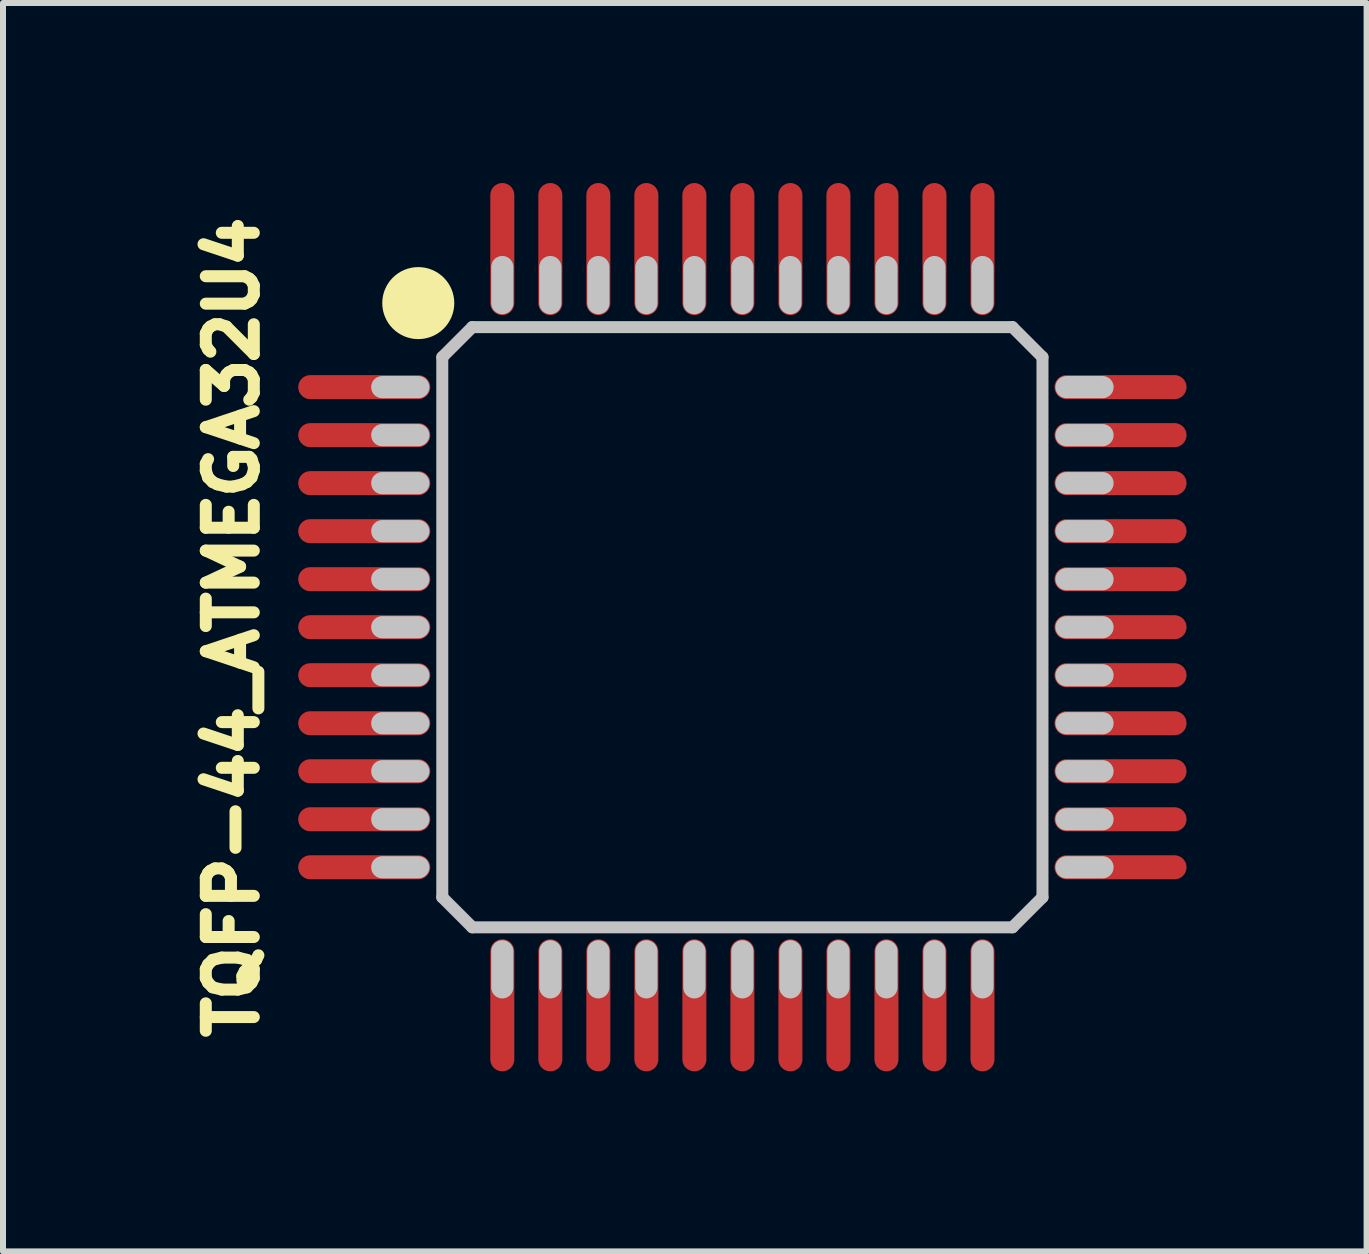
<source format=kicad_pcb>
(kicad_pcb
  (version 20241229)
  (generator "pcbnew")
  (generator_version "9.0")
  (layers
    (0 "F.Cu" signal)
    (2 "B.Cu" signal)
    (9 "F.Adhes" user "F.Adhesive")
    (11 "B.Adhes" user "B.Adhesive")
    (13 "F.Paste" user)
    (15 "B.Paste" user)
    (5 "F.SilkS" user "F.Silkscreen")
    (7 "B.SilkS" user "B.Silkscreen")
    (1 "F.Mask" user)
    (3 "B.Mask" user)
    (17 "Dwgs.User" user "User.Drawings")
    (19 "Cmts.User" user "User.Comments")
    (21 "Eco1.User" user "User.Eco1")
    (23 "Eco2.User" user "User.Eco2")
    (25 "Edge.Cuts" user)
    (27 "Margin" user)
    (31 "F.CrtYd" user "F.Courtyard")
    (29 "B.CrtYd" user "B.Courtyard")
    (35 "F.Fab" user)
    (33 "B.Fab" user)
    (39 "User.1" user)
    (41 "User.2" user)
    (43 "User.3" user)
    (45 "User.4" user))
  (footprint "TQFP-44_ATMEGA32U4"
    (layer "F.Cu")
    (at 9.319 7.4)
    (property "Reference" "TQFP-44_ATMEGA32U4" (at -8.5 0 90) (layer "F.SilkS") (effects (font (size 0.8 0.8) (thickness 0.2))))
    (attr smd)
    (fp_circle (center -5.4 -5.4) (end -5.4 -5.1) (stroke (width 0.6) (type solid)) (fill no) (layer "F.SilkS"))
    (fp_line (start -6 -4) (end -5.4 -4) (stroke (width 0.37) (type solid)) (layer "Dwgs.User"))
    (fp_line (start -6 -3.2) (end -5.4 -3.2) (stroke (width 0.37) (type solid)) (layer "Dwgs.User"))
    (fp_line (start -6 -2.4) (end -5.4 -2.4) (stroke (width 0.37) (type solid)) (layer "Dwgs.User"))
    (fp_line (start -6 -1.6) (end -5.4 -1.6) (stroke (width 0.37) (type solid)) (layer "Dwgs.User"))
    (fp_line (start -6 -0.8) (end -5.4 -0.8) (stroke (width 0.37) (type solid)) (layer "Dwgs.User"))
    (fp_line (start -6 0) (end -5.4 0) (stroke (width 0.37) (type solid)) (layer "Dwgs.User"))
    (fp_line (start -6 0.8) (end -5.4 0.8) (stroke (width 0.37) (type solid)) (layer "Dwgs.User"))
    (fp_line (start -6 1.6) (end -5.4 1.6) (stroke (width 0.37) (type solid)) (layer "Dwgs.User"))
    (fp_line (start -6 2.4) (end -5.4 2.4) (stroke (width 0.37) (type solid)) (layer "Dwgs.User"))
    (fp_line (start -6 3.2) (end -5.4 3.2) (stroke (width 0.37) (type solid)) (layer "Dwgs.User"))
    (fp_line (start -6 4) (end -5.4 4) (stroke (width 0.37) (type solid)) (layer "Dwgs.User"))
    (fp_line (start -5 -4.5) (end -5 4.5) (stroke (width 0.2) (type solid)) (layer "Dwgs.User"))
    (fp_line (start -5 -4.5) (end -4.5 -5) (stroke (width 0.2) (type solid)) (layer "Dwgs.User"))
    (fp_line (start -5 4.5) (end -4.5 5) (stroke (width 0.2) (type solid)) (layer "Dwgs.User"))
    (fp_line (start -4.5 -5) (end 4.5 -5) (stroke (width 0.2) (type solid)) (layer "Dwgs.User"))
    (fp_line (start -4.5 5) (end 4.5 5) (stroke (width 0.2) (type solid)) (layer "Dwgs.User"))
    (fp_line (start -4 -5.4) (end -4 -6) (stroke (width 0.37) (type solid)) (layer "Dwgs.User"))
    (fp_line (start -4 6) (end -4 5.4) (stroke (width 0.37) (type solid)) (layer "Dwgs.User"))
    (fp_line (start -3.2 -5.4) (end -3.2 -6) (stroke (width 0.37) (type solid)) (layer "Dwgs.User"))
    (fp_line (start -3.2 6) (end -3.2 5.4) (stroke (width 0.37) (type solid)) (layer "Dwgs.User"))
    (fp_line (start -2.4 -5.4) (end -2.4 -6) (stroke (width 0.37) (type solid)) (layer "Dwgs.User"))
    (fp_line (start -2.4 6) (end -2.4 5.4) (stroke (width 0.37) (type solid)) (layer "Dwgs.User"))
    (fp_line (start -1.6 -5.4) (end -1.6 -6) (stroke (width 0.37) (type solid)) (layer "Dwgs.User"))
    (fp_line (start -1.6 6) (end -1.6 5.4) (stroke (width 0.37) (type solid)) (layer "Dwgs.User"))
    (fp_line (start -0.8 -5.4) (end -0.8 -6) (stroke (width 0.37) (type solid)) (layer "Dwgs.User"))
    (fp_line (start -0.8 6) (end -0.8 5.4) (stroke (width 0.37) (type solid)) (layer "Dwgs.User"))
    (fp_line (start 0 -5.4) (end 0 -6) (stroke (width 0.37) (type solid)) (layer "Dwgs.User"))
    (fp_line (start 0 6) (end 0 5.4) (stroke (width 0.37) (type solid)) (layer "Dwgs.User"))
    (fp_line (start 0.8 -5.4) (end 0.8 -6) (stroke (width 0.37) (type solid)) (layer "Dwgs.User"))
    (fp_line (start 0.8 6) (end 0.8 5.4) (stroke (width 0.37) (type solid)) (layer "Dwgs.User"))
    (fp_line (start 1.6 -5.4) (end 1.6 -6) (stroke (width 0.37) (type solid)) (layer "Dwgs.User"))
    (fp_line (start 1.6 6) (end 1.6 5.4) (stroke (width 0.37) (type solid)) (layer "Dwgs.User"))
    (fp_line (start 2.4 -5.4) (end 2.4 -6) (stroke (width 0.37) (type solid)) (layer "Dwgs.User"))
    (fp_line (start 2.4 6) (end 2.4 5.4) (stroke (width 0.37) (type solid)) (layer "Dwgs.User"))
    (fp_line (start 3.2 -5.4) (end 3.2 -6) (stroke (width 0.37) (type solid)) (layer "Dwgs.User"))
    (fp_line (start 3.2 6) (end 3.2 5.4) (stroke (width 0.37) (type solid)) (layer "Dwgs.User"))
    (fp_line (start 4 -5.4) (end 4 -6) (stroke (width 0.37) (type solid)) (layer "Dwgs.User"))
    (fp_line (start 4 6) (end 4 5.4) (stroke (width 0.37) (type solid)) (layer "Dwgs.User"))
    (fp_line (start 5 -4.5) (end 4.5 -5) (stroke (width 0.2) (type solid)) (layer "Dwgs.User"))
    (fp_line (start 5 -4.5) (end 5 4.5) (stroke (width 0.2) (type solid)) (layer "Dwgs.User"))
    (fp_line (start 5 4.5) (end 4.5 5) (stroke (width 0.2) (type solid)) (layer "Dwgs.User"))
    (fp_line (start 5.4 -4) (end 6 -4) (stroke (width 0.37) (type solid)) (layer "Dwgs.User"))
    (fp_line (start 5.4 -3.2) (end 6 -3.2) (stroke (width 0.37) (type solid)) (layer "Dwgs.User"))
    (fp_line (start 5.4 -2.4) (end 6 -2.4) (stroke (width 0.37) (type solid)) (layer "Dwgs.User"))
    (fp_line (start 5.4 -1.6) (end 6 -1.6) (stroke (width 0.37) (type solid)) (layer "Dwgs.User"))
    (fp_line (start 5.4 -0.8) (end 6 -0.8) (stroke (width 0.37) (type solid)) (layer "Dwgs.User"))
    (fp_line (start 5.4 0) (end 6 0) (stroke (width 0.37) (type solid)) (layer "Dwgs.User"))
    (fp_line (start 5.4 0.8) (end 6 0.8) (stroke (width 0.37) (type solid)) (layer "Dwgs.User"))
    (fp_line (start 5.4 1.6) (end 6 1.6) (stroke (width 0.37) (type solid)) (layer "Dwgs.User"))
    (fp_line (start 5.4 2.4) (end 6 2.4) (stroke (width 0.37) (type solid)) (layer "Dwgs.User"))
    (fp_line (start 5.4 3.2) (end 6 3.2) (stroke (width 0.37) (type solid)) (layer "Dwgs.User"))
    (fp_line (start 5.4 4) (end 6 4) (stroke (width 0.37) (type solid)) (layer "Dwgs.User"))
    (pad "1" smd oval (at -6.3 -4) (size 2.2 0.4) (layers "F.Cu" "F.Mask" "F.Paste"))
    (pad "2" smd oval (at -6.3 -3.2) (size 2.2 0.4) (layers "F.Cu" "F.Mask" "F.Paste"))
    (pad "3" smd oval (at -6.3 -2.4) (size 2.2 0.4) (layers "F.Cu" "F.Mask" "F.Paste"))
    (pad "4" smd oval (at -6.3 -1.6) (size 2.2 0.4) (layers "F.Cu" "F.Mask" "F.Paste"))
    (pad "5" smd oval (at -6.3 -0.8) (size 2.2 0.4) (layers "F.Cu" "F.Mask" "F.Paste"))
    (pad "6" smd oval (at -6.3 0) (size 2.2 0.4) (layers "F.Cu" "F.Mask" "F.Paste"))
    (pad "7" smd oval (at -6.3 0.8) (size 2.2 0.4) (layers "F.Cu" "F.Mask" "F.Paste"))
    (pad "8" smd oval (at -6.3 1.6) (size 2.2 0.4) (layers "F.Cu" "F.Mask" "F.Paste"))
    (pad "9" smd oval (at -6.3 2.4) (size 2.2 0.4) (layers "F.Cu" "F.Mask" "F.Paste"))
    (pad "10" smd oval (at -6.3 3.2) (size 2.2 0.4) (layers "F.Cu" "F.Mask" "F.Paste"))
    (pad "11" smd oval (at -6.3 4) (size 2.2 0.4) (layers "F.Cu" "F.Mask" "F.Paste"))
    (pad "12" smd oval (at -4 6.3 90) (size 2.2 0.4) (layers "F.Cu" "F.Mask" "F.Paste"))
    (pad "13" smd oval (at -3.2 6.3 90) (size 2.2 0.4) (layers "F.Cu" "F.Mask" "F.Paste"))
    (pad "14" smd oval (at -2.4 6.3 90) (size 2.2 0.4) (layers "F.Cu" "F.Mask" "F.Paste"))
    (pad "15" smd oval (at -1.6 6.3 90) (size 2.2 0.4) (layers "F.Cu" "F.Mask" "F.Paste"))
    (pad "16" smd oval (at -0.8 6.3 90) (size 2.2 0.4) (layers "F.Cu" "F.Mask" "F.Paste"))
    (pad "17" smd oval (at 0 6.3 90) (size 2.2 0.4) (layers "F.Cu" "F.Mask" "F.Paste"))
    (pad "18" smd oval (at 0.8 6.3 90) (size 2.2 0.4) (layers "F.Cu" "F.Mask" "F.Paste"))
    (pad "19" smd oval (at 1.6 6.3 90) (size 2.2 0.4) (layers "F.Cu" "F.Mask" "F.Paste"))
    (pad "20" smd oval (at 2.4 6.3 90) (size 2.2 0.4) (layers "F.Cu" "F.Mask" "F.Paste"))
    (pad "21" smd oval (at 3.2 6.3 90) (size 2.2 0.4) (layers "F.Cu" "F.Mask" "F.Paste"))
    (pad "22" smd oval (at 4 6.3 90) (size 2.2 0.4) (layers "F.Cu" "F.Mask" "F.Paste"))
    (pad "23" smd oval (at 6.3 4) (size 2.2 0.4) (layers "F.Cu" "F.Mask" "F.Paste"))
    (pad "24" smd oval (at 6.3 3.2) (size 2.2 0.4) (layers "F.Cu" "F.Mask" "F.Paste"))
    (pad "25" smd oval (at 6.3 2.4) (size 2.2 0.4) (layers "F.Cu" "F.Mask" "F.Paste"))
    (pad "26" smd oval (at 6.3 1.6) (size 2.2 0.4) (layers "F.Cu" "F.Mask" "F.Paste"))
    (pad "27" smd oval (at 6.3 0.8) (size 2.2 0.4) (layers "F.Cu" "F.Mask" "F.Paste"))
    (pad "28" smd oval (at 6.3 0) (size 2.2 0.4) (layers "F.Cu" "F.Mask" "F.Paste"))
    (pad "29" smd oval (at 6.3 -0.8) (size 2.2 0.4) (layers "F.Cu" "F.Mask" "F.Paste"))
    (pad "30" smd oval (at 6.3 -1.6) (size 2.2 0.4) (layers "F.Cu" "F.Mask" "F.Paste"))
    (pad "31" smd oval (at 6.3 -2.4) (size 2.2 0.4) (layers "F.Cu" "F.Mask" "F.Paste"))
    (pad "32" smd oval (at 6.3 -3.2) (size 2.2 0.4) (layers "F.Cu" "F.Mask" "F.Paste"))
    (pad "33" smd oval (at 6.3 -4) (size 2.2 0.4) (layers "F.Cu" "F.Mask" "F.Paste"))
    (pad "34" smd oval (at 4 -6.3 90) (size 2.2 0.4) (layers "F.Cu" "F.Mask" "F.Paste"))
    (pad "35" smd oval (at 3.2 -6.3 90) (size 2.2 0.4) (layers "F.Cu" "F.Mask" "F.Paste"))
    (pad "36" smd oval (at 2.4 -6.3 90) (size 2.2 0.4) (layers "F.Cu" "F.Mask" "F.Paste"))
    (pad "37" smd oval (at 1.6 -6.3 90) (size 2.2 0.4) (layers "F.Cu" "F.Mask" "F.Paste"))
    (pad "38" smd oval (at 0.8 -6.3 90) (size 2.2 0.4) (layers "F.Cu" "F.Mask" "F.Paste"))
    (pad "39" smd oval (at 0 -6.3 90) (size 2.2 0.4) (layers "F.Cu" "F.Mask" "F.Paste"))
    (pad "40" smd oval (at -0.8 -6.3 90) (size 2.2 0.4) (layers "F.Cu" "F.Mask" "F.Paste"))
    (pad "41" smd oval (at -1.6 -6.3 90) (size 2.2 0.4) (layers "F.Cu" "F.Mask" "F.Paste"))
    (pad "42" smd oval (at -2.4 -6.3 90) (size 2.2 0.4) (layers "F.Cu" "F.Mask" "F.Paste"))
    (pad "43" smd oval (at -3.2 -6.3 90) (size 2.2 0.4) (layers "F.Cu" "F.Mask" "F.Paste"))
    (pad "44" smd oval (at -4 -6.3 90) (size 2.2 0.4) (layers "F.Cu" "F.Mask" "F.Paste")))
  (gr_rect
    (start -3 -3)
    (end 19.719 17.8)
    (stroke (width 0.1) (type default))
    (fill no)
    (layer "Edge.Cuts")))
</source>
